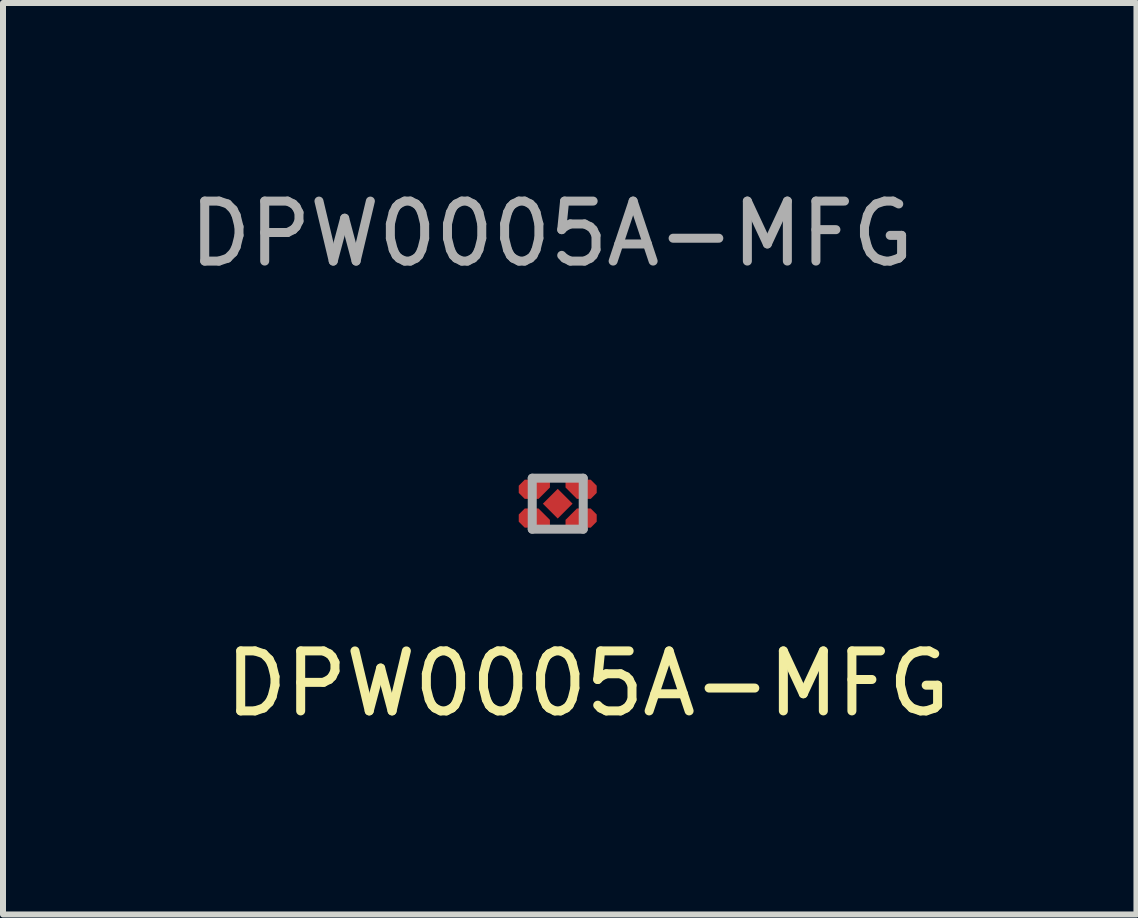
<source format=kicad_pcb>
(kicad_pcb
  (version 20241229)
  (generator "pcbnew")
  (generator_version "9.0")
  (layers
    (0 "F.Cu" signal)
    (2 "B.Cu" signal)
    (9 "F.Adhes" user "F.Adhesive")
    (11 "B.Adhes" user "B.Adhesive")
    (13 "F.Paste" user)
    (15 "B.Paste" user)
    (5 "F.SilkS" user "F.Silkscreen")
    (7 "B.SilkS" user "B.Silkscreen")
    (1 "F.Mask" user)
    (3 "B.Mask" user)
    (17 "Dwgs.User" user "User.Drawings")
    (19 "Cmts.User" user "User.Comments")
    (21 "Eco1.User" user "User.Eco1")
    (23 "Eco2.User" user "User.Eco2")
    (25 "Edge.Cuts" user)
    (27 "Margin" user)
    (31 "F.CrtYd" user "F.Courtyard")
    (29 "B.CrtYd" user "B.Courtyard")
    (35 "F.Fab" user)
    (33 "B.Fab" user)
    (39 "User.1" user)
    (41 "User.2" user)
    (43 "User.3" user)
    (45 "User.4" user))
  (footprint "DPW0005A-MFG"
    (layer "F.Cu")
    (at 6.249 5.348)
    (property "Reference" "DPW0005A-MFG" (at 0.5 3 0) (unlocked yes) (layer "F.SilkS") (effects (font (size 1 1) (thickness 0.15))))
    (attr smd)
    (fp_poly (pts (xy -0.6 0.3) (xy -0.55 0.35) (xy -0.18 0.35) (xy -0.18 0.29) (xy -0.34 0.13) (xy -0.55 0.13) (xy -0.6 0.18)) (stroke (width 0) (type solid)) (fill yes) (layer "F.Mask"))
    (fp_poly (pts (xy -0.6 -0.3) (xy -0.55 -0.35) (xy -0.18 -0.35) (xy -0.18 -0.29) (xy -0.34 -0.13) (xy -0.55 -0.13) (xy -0.6 -0.18)) (stroke (width 0) (type solid)) (fill yes) (layer "F.Mask"))
    (fp_poly (pts (xy 0.6 -0.3) (xy 0.55 -0.35) (xy 0.18 -0.35) (xy 0.18 -0.29) (xy 0.34 -0.13) (xy 0.55 -0.13) (xy 0.6 -0.18)) (stroke (width 0) (type solid)) (fill yes) (layer "F.Mask"))
    (fp_poly (pts (xy 0.6 0.3) (xy 0.55 0.35) (xy 0.18 0.35) (xy 0.18 0.29) (xy 0.34 0.13) (xy 0.55 0.13) (xy 0.6 0.18)) (stroke (width 0) (type solid)) (fill yes) (layer "F.Mask"))
    (fp_poly (pts (xy -0.6 0.3) (xy -0.55 0.35) (xy -0.18 0.35) (xy -0.18 0.29) (xy -0.34 0.13) (xy -0.55 0.13) (xy -0.6 0.18)) (stroke (width 0) (type solid)) (fill yes) (layer "F.Paste"))
    (fp_poly (pts (xy -0.6 -0.3) (xy -0.55 -0.35) (xy -0.18 -0.35) (xy -0.18 -0.29) (xy -0.34 -0.13) (xy -0.55 -0.13) (xy -0.6 -0.18)) (stroke (width 0) (type solid)) (fill yes) (layer "F.Paste"))
    (fp_poly (pts (xy 0.6 -0.3) (xy 0.55 -0.35) (xy 0.18 -0.35) (xy 0.18 -0.29) (xy 0.34 -0.13) (xy 0.55 -0.13) (xy 0.6 -0.18)) (stroke (width 0) (type solid)) (fill yes) (layer "F.Paste"))
    (fp_poly (pts (xy 0.6 0.3) (xy 0.55 0.35) (xy 0.18 0.35) (xy 0.18 0.29) (xy 0.34 0.13) (xy 0.55 0.13) (xy 0.6 0.18)) (stroke (width 0) (type solid)) (fill yes) (layer "F.Paste"))
    (fp_line (start -0.425 -0.425) (end 0.425 -0.425) (stroke (width 0.15) (type solid)) (layer "F.Fab"))
    (fp_line (start -0.425 0.425) (end -0.425 -0.425) (stroke (width 0.15) (type solid)) (layer "F.Fab"))
    (fp_line (start -0.425 0.425) (end 0.425 0.425) (stroke (width 0.15) (type solid)) (layer "F.Fab"))
    (fp_line (start 0.425 0.425) (end 0.425 -0.425) (stroke (width 0.15) (type solid)) (layer "F.Fab"))
    (fp_text user "${REFERENCE}" (at -0.1 -4.5 0) (unlocked yes) (layer "F.Fab") (effects (font (size 1 1) (thickness 0.15))))
    (pad "1" smd custom (at -0.39 -0.24) (size 0.288 0.288) (layers "F.Cu") (options (anchor circle)) (primitives (gr_poly (pts (xy -0.26 -0.06) (xy -0.16 -0.16) (xy 0.26 -0.16) (xy 0.26 -0.03) (xy 0.07 0.16) (xy -0.16 0.16) (xy -0.26 0.06)) (width 0) (fill yes))))
    (pad "2" smd custom (at -0.39 0.24) (size 0.288 0.288) (layers "F.Cu") (options (anchor circle)) (primitives (gr_poly (pts (xy -0.26 0.06) (xy -0.16 0.16) (xy 0.26 0.16) (xy 0.26 0.03) (xy 0.07 -0.16) (xy -0.16 -0.16) (xy -0.26 -0.06)) (width 0) (fill yes))))
    (pad "3" smd rect (at 0 0 315) (size 0.35 0.35) (layers "F.Cu"))
    (pad "4" smd custom (at 0.39 0.24) (size 0.288 0.288) (layers "F.Cu") (options (anchor circle)) (primitives (gr_poly (pts (xy 0.26 0.06) (xy 0.16 0.16) (xy -0.26 0.16) (xy -0.26 0.03) (xy -0.07 -0.16) (xy 0.16 -0.16) (xy 0.26 -0.06)) (width 0) (fill yes))))
    (pad "5" smd custom (at 0.39 -0.24) (size 0.288 0.288) (layers "F.Cu") (options (anchor circle)) (primitives (gr_poly (pts (xy 0.26 -0.06) (xy 0.16 -0.16) (xy -0.26 -0.16) (xy -0.26 -0.03) (xy -0.07 0.16) (xy 0.16 0.16) (xy 0.26 0.06)) (width 0) (fill yes)))))
  (gr_rect
    (start -3 -3)
    (end 15.898 12.197)
    (stroke (width 0.1) (type default))
    (fill no)
    (layer "Edge.Cuts")))
</source>
